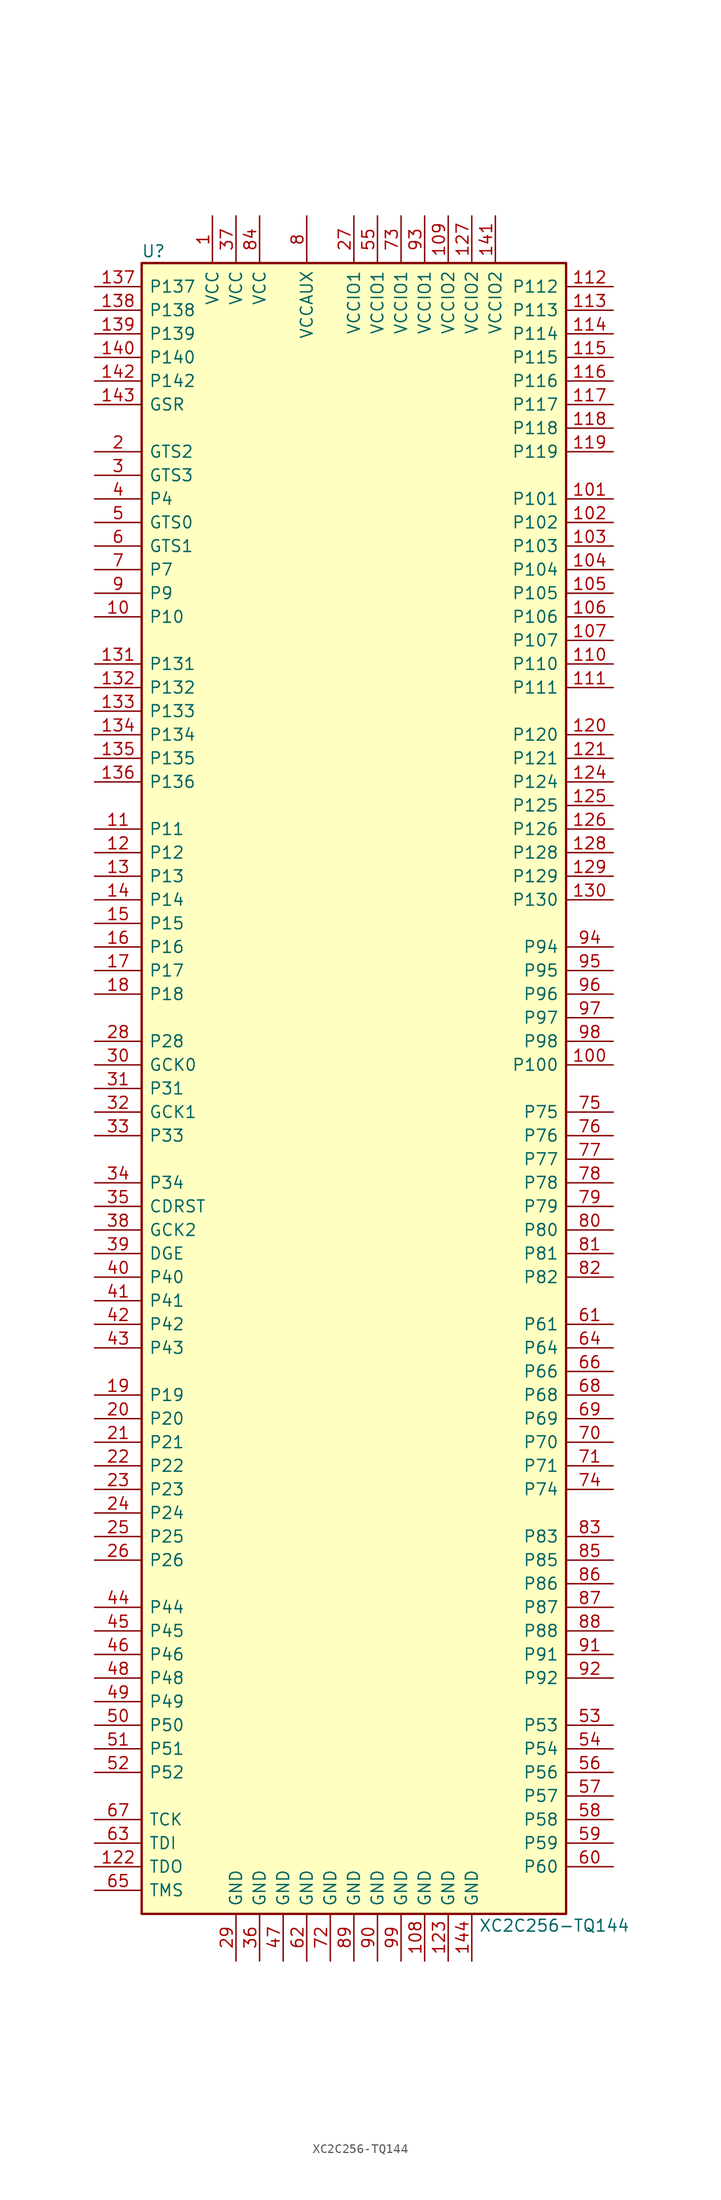
<source format=kicad_sym>
(kicad_symbol_lib
  (version 20201005)
  (generator kicad_symbol_editor)
  (symbol "FPGA_Xilinx:XC2C256-TQ144"
    (pin_names
      (offset 0.762))
    (property "Reference" "U"
      (at -21.59 90.17 0)
      (effects (font (size 1.27 1.27))))
    (property "Value" "XC2C256-TQ144"
      (at 21.59 -90.17 0)
      (effects (font (size 1.27 1.27))))
    (symbol "XC2C256-TQ144_0_1"
      (rectangle (start -22.86 -88.9) (end 22.86 88.9) (stroke (width 0.254)) (fill (type background))))
    (symbol "XC2C256-TQ144_1_1"
      (pin power_in line (at -15.24 93.98 270) (length 5.08) (name "VCC" (effects (font (size 1.27 1.27)))) (number "1" (effects (font (size 1.27 1.27)))))
      (pin bidirectional line (at -27.94 50.8 0) (length 5.08) (name "P10" (effects (font (size 1.27 1.27)))) (number "10" (effects (font (size 1.27 1.27)))))
      (pin bidirectional line (at 27.94 2.54 180) (length 5.08) (name "P100" (effects (font (size 1.27 1.27)))) (number "100" (effects (font (size 1.27 1.27)))))
      (pin bidirectional line (at 27.94 63.5 180) (length 5.08) (name "P101" (effects (font (size 1.27 1.27)))) (number "101" (effects (font (size 1.27 1.27)))))
      (pin bidirectional line (at 27.94 60.96 180) (length 5.08) (name "P102" (effects (font (size 1.27 1.27)))) (number "102" (effects (font (size 1.27 1.27)))))
      (pin bidirectional line (at 27.94 58.42 180) (length 5.08) (name "P103" (effects (font (size 1.27 1.27)))) (number "103" (effects (font (size 1.27 1.27)))))
      (pin bidirectional line (at 27.94 55.88 180) (length 5.08) (name "P104" (effects (font (size 1.27 1.27)))) (number "104" (effects (font (size 1.27 1.27)))))
      (pin bidirectional line (at 27.94 53.34 180) (length 5.08) (name "P105" (effects (font (size 1.27 1.27)))) (number "105" (effects (font (size 1.27 1.27)))))
      (pin bidirectional line (at 27.94 50.8 180) (length 5.08) (name "P106" (effects (font (size 1.27 1.27)))) (number "106" (effects (font (size 1.27 1.27)))))
      (pin bidirectional line (at 27.94 48.26 180) (length 5.08) (name "P107" (effects (font (size 1.27 1.27)))) (number "107" (effects (font (size 1.27 1.27)))))
      (pin power_in line (at 7.62 -93.98 90) (length 5.08) (name "GND" (effects (font (size 1.27 1.27)))) (number "108" (effects (font (size 1.27 1.27)))))
      (pin power_in line (at 10.16 93.98 270) (length 5.08) (name "VCCIO2" (effects (font (size 1.27 1.27)))) (number "109" (effects (font (size 1.27 1.27)))))
      (pin bidirectional line (at -27.94 27.94 0) (length 5.08) (name "P11" (effects (font (size 1.27 1.27)))) (number "11" (effects (font (size 1.27 1.27)))))
      (pin bidirectional line (at 27.94 45.72 180) (length 5.08) (name "P110" (effects (font (size 1.27 1.27)))) (number "110" (effects (font (size 1.27 1.27)))))
      (pin bidirectional line (at 27.94 43.18 180) (length 5.08) (name "P111" (effects (font (size 1.27 1.27)))) (number "111" (effects (font (size 1.27 1.27)))))
      (pin bidirectional line (at 27.94 86.36 180) (length 5.08) (name "P112" (effects (font (size 1.27 1.27)))) (number "112" (effects (font (size 1.27 1.27)))))
      (pin bidirectional line (at 27.94 83.82 180) (length 5.08) (name "P113" (effects (font (size 1.27 1.27)))) (number "113" (effects (font (size 1.27 1.27)))))
      (pin bidirectional line (at 27.94 81.28 180) (length 5.08) (name "P114" (effects (font (size 1.27 1.27)))) (number "114" (effects (font (size 1.27 1.27)))))
      (pin bidirectional line (at 27.94 78.74 180) (length 5.08) (name "P115" (effects (font (size 1.27 1.27)))) (number "115" (effects (font (size 1.27 1.27)))))
      (pin bidirectional line (at 27.94 76.2 180) (length 5.08) (name "P116" (effects (font (size 1.27 1.27)))) (number "116" (effects (font (size 1.27 1.27)))))
      (pin bidirectional line (at 27.94 73.66 180) (length 5.08) (name "P117" (effects (font (size 1.27 1.27)))) (number "117" (effects (font (size 1.27 1.27)))))
      (pin bidirectional line (at 27.94 71.12 180) (length 5.08) (name "P118" (effects (font (size 1.27 1.27)))) (number "118" (effects (font (size 1.27 1.27)))))
      (pin bidirectional line (at 27.94 68.58 180) (length 5.08) (name "P119" (effects (font (size 1.27 1.27)))) (number "119" (effects (font (size 1.27 1.27)))))
      (pin bidirectional line (at -27.94 25.4 0) (length 5.08) (name "P12" (effects (font (size 1.27 1.27)))) (number "12" (effects (font (size 1.27 1.27)))))
      (pin bidirectional line (at 27.94 38.1 180) (length 5.08) (name "P120" (effects (font (size 1.27 1.27)))) (number "120" (effects (font (size 1.27 1.27)))))
      (pin bidirectional line (at 27.94 35.56 180) (length 5.08) (name "P121" (effects (font (size 1.27 1.27)))) (number "121" (effects (font (size 1.27 1.27)))))
      (pin bidirectional line (at -27.94 -83.82 0) (length 5.08) (name "TDO" (effects (font (size 1.27 1.27)))) (number "122" (effects (font (size 1.27 1.27)))))
      (pin power_in line (at 10.16 -93.98 90) (length 5.08) (name "GND" (effects (font (size 1.27 1.27)))) (number "123" (effects (font (size 1.27 1.27)))))
      (pin bidirectional line (at 27.94 33.02 180) (length 5.08) (name "P124" (effects (font (size 1.27 1.27)))) (number "124" (effects (font (size 1.27 1.27)))))
      (pin bidirectional line (at 27.94 30.48 180) (length 5.08) (name "P125" (effects (font (size 1.27 1.27)))) (number "125" (effects (font (size 1.27 1.27)))))
      (pin bidirectional line (at 27.94 27.94 180) (length 5.08) (name "P126" (effects (font (size 1.27 1.27)))) (number "126" (effects (font (size 1.27 1.27)))))
      (pin power_in line (at 12.7 93.98 270) (length 5.08) (name "VCCIO2" (effects (font (size 1.27 1.27)))) (number "127" (effects (font (size 1.27 1.27)))))
      (pin bidirectional line (at 27.94 25.4 180) (length 5.08) (name "P128" (effects (font (size 1.27 1.27)))) (number "128" (effects (font (size 1.27 1.27)))))
      (pin bidirectional line (at 27.94 22.86 180) (length 5.08) (name "P129" (effects (font (size 1.27 1.27)))) (number "129" (effects (font (size 1.27 1.27)))))
      (pin bidirectional line (at -27.94 22.86 0) (length 5.08) (name "P13" (effects (font (size 1.27 1.27)))) (number "13" (effects (font (size 1.27 1.27)))))
      (pin bidirectional line (at 27.94 20.32 180) (length 5.08) (name "P130" (effects (font (size 1.27 1.27)))) (number "130" (effects (font (size 1.27 1.27)))))
      (pin bidirectional line (at -27.94 45.72 0) (length 5.08) (name "P131" (effects (font (size 1.27 1.27)))) (number "131" (effects (font (size 1.27 1.27)))))
      (pin bidirectional line (at -27.94 43.18 0) (length 5.08) (name "P132" (effects (font (size 1.27 1.27)))) (number "132" (effects (font (size 1.27 1.27)))))
      (pin bidirectional line (at -27.94 40.64 0) (length 5.08) (name "P133" (effects (font (size 1.27 1.27)))) (number "133" (effects (font (size 1.27 1.27)))))
      (pin bidirectional line (at -27.94 38.1 0) (length 5.08) (name "P134" (effects (font (size 1.27 1.27)))) (number "134" (effects (font (size 1.27 1.27)))))
      (pin bidirectional line (at -27.94 35.56 0) (length 5.08) (name "P135" (effects (font (size 1.27 1.27)))) (number "135" (effects (font (size 1.27 1.27)))))
      (pin bidirectional line (at -27.94 33.02 0) (length 5.08) (name "P136" (effects (font (size 1.27 1.27)))) (number "136" (effects (font (size 1.27 1.27)))))
      (pin bidirectional line (at -27.94 86.36 0) (length 5.08) (name "P137" (effects (font (size 1.27 1.27)))) (number "137" (effects (font (size 1.27 1.27)))))
      (pin bidirectional line (at -27.94 83.82 0) (length 5.08) (name "P138" (effects (font (size 1.27 1.27)))) (number "138" (effects (font (size 1.27 1.27)))))
      (pin bidirectional line (at -27.94 81.28 0) (length 5.08) (name "P139" (effects (font (size 1.27 1.27)))) (number "139" (effects (font (size 1.27 1.27)))))
      (pin bidirectional line (at -27.94 20.32 0) (length 5.08) (name "P14" (effects (font (size 1.27 1.27)))) (number "14" (effects (font (size 1.27 1.27)))))
      (pin bidirectional line (at -27.94 78.74 0) (length 5.08) (name "P140" (effects (font (size 1.27 1.27)))) (number "140" (effects (font (size 1.27 1.27)))))
      (pin power_in line (at 15.24 93.98 270) (length 5.08) (name "VCCIO2" (effects (font (size 1.27 1.27)))) (number "141" (effects (font (size 1.27 1.27)))))
      (pin bidirectional line (at -27.94 76.2 0) (length 5.08) (name "P142" (effects (font (size 1.27 1.27)))) (number "142" (effects (font (size 1.27 1.27)))))
      (pin bidirectional line (at -27.94 73.66 0) (length 5.08) (name "GSR" (effects (font (size 1.27 1.27)))) (number "143" (effects (font (size 1.27 1.27)))))
      (pin power_in line (at 12.7 -93.98 90) (length 5.08) (name "GND" (effects (font (size 1.27 1.27)))) (number "144" (effects (font (size 1.27 1.27)))))
      (pin bidirectional line (at -27.94 17.78 0) (length 5.08) (name "P15" (effects (font (size 1.27 1.27)))) (number "15" (effects (font (size 1.27 1.27)))))
      (pin bidirectional line (at -27.94 15.24 0) (length 5.08) (name "P16" (effects (font (size 1.27 1.27)))) (number "16" (effects (font (size 1.27 1.27)))))
      (pin bidirectional line (at -27.94 12.7 0) (length 5.08) (name "P17" (effects (font (size 1.27 1.27)))) (number "17" (effects (font (size 1.27 1.27)))))
      (pin bidirectional line (at -27.94 10.16 0) (length 5.08) (name "P18" (effects (font (size 1.27 1.27)))) (number "18" (effects (font (size 1.27 1.27)))))
      (pin bidirectional line (at -27.94 -33.02 0) (length 5.08) (name "P19" (effects (font (size 1.27 1.27)))) (number "19" (effects (font (size 1.27 1.27)))))
      (pin bidirectional line (at -27.94 68.58 0) (length 5.08) (name "GTS2" (effects (font (size 1.27 1.27)))) (number "2" (effects (font (size 1.27 1.27)))))
      (pin bidirectional line (at -27.94 -35.56 0) (length 5.08) (name "P20" (effects (font (size 1.27 1.27)))) (number "20" (effects (font (size 1.27 1.27)))))
      (pin bidirectional line (at -27.94 -38.1 0) (length 5.08) (name "P21" (effects (font (size 1.27 1.27)))) (number "21" (effects (font (size 1.27 1.27)))))
      (pin bidirectional line (at -27.94 -40.64 0) (length 5.08) (name "P22" (effects (font (size 1.27 1.27)))) (number "22" (effects (font (size 1.27 1.27)))))
      (pin bidirectional line (at -27.94 -43.18 0) (length 5.08) (name "P23" (effects (font (size 1.27 1.27)))) (number "23" (effects (font (size 1.27 1.27)))))
      (pin bidirectional line (at -27.94 -45.72 0) (length 5.08) (name "P24" (effects (font (size 1.27 1.27)))) (number "24" (effects (font (size 1.27 1.27)))))
      (pin bidirectional line (at -27.94 -48.26 0) (length 5.08) (name "P25" (effects (font (size 1.27 1.27)))) (number "25" (effects (font (size 1.27 1.27)))))
      (pin bidirectional line (at -27.94 -50.8 0) (length 5.08) (name "P26" (effects (font (size 1.27 1.27)))) (number "26" (effects (font (size 1.27 1.27)))))
      (pin power_in line (at 0 93.98 270) (length 5.08) (name "VCCIO1" (effects (font (size 1.27 1.27)))) (number "27" (effects (font (size 1.27 1.27)))))
      (pin bidirectional line (at -27.94 5.08 0) (length 5.08) (name "P28" (effects (font (size 1.27 1.27)))) (number "28" (effects (font (size 1.27 1.27)))))
      (pin power_in line (at -12.7 -93.98 90) (length 5.08) (name "GND" (effects (font (size 1.27 1.27)))) (number "29" (effects (font (size 1.27 1.27)))))
      (pin bidirectional line (at -27.94 66.04 0) (length 5.08) (name "GTS3" (effects (font (size 1.27 1.27)))) (number "3" (effects (font (size 1.27 1.27)))))
      (pin bidirectional line (at -27.94 2.54 0) (length 5.08) (name "GCK0" (effects (font (size 1.27 1.27)))) (number "30" (effects (font (size 1.27 1.27)))))
      (pin bidirectional line (at -27.94 0 0) (length 5.08) (name "P31" (effects (font (size 1.27 1.27)))) (number "31" (effects (font (size 1.27 1.27)))))
      (pin bidirectional line (at -27.94 -2.54 0) (length 5.08) (name "GCK1" (effects (font (size 1.27 1.27)))) (number "32" (effects (font (size 1.27 1.27)))))
      (pin bidirectional line (at -27.94 -5.08 0) (length 5.08) (name "P33" (effects (font (size 1.27 1.27)))) (number "33" (effects (font (size 1.27 1.27)))))
      (pin bidirectional line (at -27.94 -10.16 0) (length 5.08) (name "P34" (effects (font (size 1.27 1.27)))) (number "34" (effects (font (size 1.27 1.27)))))
      (pin bidirectional line (at -27.94 -12.7 0) (length 5.08) (name "CDRST" (effects (font (size 1.27 1.27)))) (number "35" (effects (font (size 1.27 1.27)))))
      (pin power_in line (at -10.16 -93.98 90) (length 5.08) (name "GND" (effects (font (size 1.27 1.27)))) (number "36" (effects (font (size 1.27 1.27)))))
      (pin power_in line (at -12.7 93.98 270) (length 5.08) (name "VCC" (effects (font (size 1.27 1.27)))) (number "37" (effects (font (size 1.27 1.27)))))
      (pin bidirectional line (at -27.94 -15.24 0) (length 5.08) (name "GCK2" (effects (font (size 1.27 1.27)))) (number "38" (effects (font (size 1.27 1.27)))))
      (pin bidirectional line (at -27.94 -17.78 0) (length 5.08) (name "DGE" (effects (font (size 1.27 1.27)))) (number "39" (effects (font (size 1.27 1.27)))))
      (pin bidirectional line (at -27.94 63.5 0) (length 5.08) (name "P4" (effects (font (size 1.27 1.27)))) (number "4" (effects (font (size 1.27 1.27)))))
      (pin bidirectional line (at -27.94 -20.32 0) (length 5.08) (name "P40" (effects (font (size 1.27 1.27)))) (number "40" (effects (font (size 1.27 1.27)))))
      (pin bidirectional line (at -27.94 -22.86 0) (length 5.08) (name "P41" (effects (font (size 1.27 1.27)))) (number "41" (effects (font (size 1.27 1.27)))))
      (pin bidirectional line (at -27.94 -25.4 0) (length 5.08) (name "P42" (effects (font (size 1.27 1.27)))) (number "42" (effects (font (size 1.27 1.27)))))
      (pin bidirectional line (at -27.94 -27.94 0) (length 5.08) (name "P43" (effects (font (size 1.27 1.27)))) (number "43" (effects (font (size 1.27 1.27)))))
      (pin bidirectional line (at -27.94 -55.88 0) (length 5.08) (name "P44" (effects (font (size 1.27 1.27)))) (number "44" (effects (font (size 1.27 1.27)))))
      (pin bidirectional line (at -27.94 -58.42 0) (length 5.08) (name "P45" (effects (font (size 1.27 1.27)))) (number "45" (effects (font (size 1.27 1.27)))))
      (pin bidirectional line (at -27.94 -60.96 0) (length 5.08) (name "P46" (effects (font (size 1.27 1.27)))) (number "46" (effects (font (size 1.27 1.27)))))
      (pin power_in line (at -7.62 -93.98 90) (length 5.08) (name "GND" (effects (font (size 1.27 1.27)))) (number "47" (effects (font (size 1.27 1.27)))))
      (pin bidirectional line (at -27.94 -63.5 0) (length 5.08) (name "P48" (effects (font (size 1.27 1.27)))) (number "48" (effects (font (size 1.27 1.27)))))
      (pin bidirectional line (at -27.94 -66.04 0) (length 5.08) (name "P49" (effects (font (size 1.27 1.27)))) (number "49" (effects (font (size 1.27 1.27)))))
      (pin bidirectional line (at -27.94 60.96 0) (length 5.08) (name "GTS0" (effects (font (size 1.27 1.27)))) (number "5" (effects (font (size 1.27 1.27)))))
      (pin bidirectional line (at -27.94 -68.58 0) (length 5.08) (name "P50" (effects (font (size 1.27 1.27)))) (number "50" (effects (font (size 1.27 1.27)))))
      (pin bidirectional line (at -27.94 -71.12 0) (length 5.08) (name "P51" (effects (font (size 1.27 1.27)))) (number "51" (effects (font (size 1.27 1.27)))))
      (pin bidirectional line (at -27.94 -73.66 0) (length 5.08) (name "P52" (effects (font (size 1.27 1.27)))) (number "52" (effects (font (size 1.27 1.27)))))
      (pin bidirectional line (at 27.94 -68.58 180) (length 5.08) (name "P53" (effects (font (size 1.27 1.27)))) (number "53" (effects (font (size 1.27 1.27)))))
      (pin bidirectional line (at 27.94 -71.12 180) (length 5.08) (name "P54" (effects (font (size 1.27 1.27)))) (number "54" (effects (font (size 1.27 1.27)))))
      (pin power_in line (at 2.54 93.98 270) (length 5.08) (name "VCCIO1" (effects (font (size 1.27 1.27)))) (number "55" (effects (font (size 1.27 1.27)))))
      (pin bidirectional line (at 27.94 -73.66 180) (length 5.08) (name "P56" (effects (font (size 1.27 1.27)))) (number "56" (effects (font (size 1.27 1.27)))))
      (pin bidirectional line (at 27.94 -76.2 180) (length 5.08) (name "P57" (effects (font (size 1.27 1.27)))) (number "57" (effects (font (size 1.27 1.27)))))
      (pin bidirectional line (at 27.94 -78.74 180) (length 5.08) (name "P58" (effects (font (size 1.27 1.27)))) (number "58" (effects (font (size 1.27 1.27)))))
      (pin bidirectional line (at 27.94 -81.28 180) (length 5.08) (name "P59" (effects (font (size 1.27 1.27)))) (number "59" (effects (font (size 1.27 1.27)))))
      (pin bidirectional line (at -27.94 58.42 0) (length 5.08) (name "GTS1" (effects (font (size 1.27 1.27)))) (number "6" (effects (font (size 1.27 1.27)))))
      (pin bidirectional line (at 27.94 -83.82 180) (length 5.08) (name "P60" (effects (font (size 1.27 1.27)))) (number "60" (effects (font (size 1.27 1.27)))))
      (pin bidirectional line (at 27.94 -25.4 180) (length 5.08) (name "P61" (effects (font (size 1.27 1.27)))) (number "61" (effects (font (size 1.27 1.27)))))
      (pin power_in line (at -5.08 -93.98 90) (length 5.08) (name "GND" (effects (font (size 1.27 1.27)))) (number "62" (effects (font (size 1.27 1.27)))))
      (pin bidirectional line (at -27.94 -81.28 0) (length 5.08) (name "TDI" (effects (font (size 1.27 1.27)))) (number "63" (effects (font (size 1.27 1.27)))))
      (pin bidirectional line (at 27.94 -27.94 180) (length 5.08) (name "P64" (effects (font (size 1.27 1.27)))) (number "64" (effects (font (size 1.27 1.27)))))
      (pin bidirectional line (at -27.94 -86.36 0) (length 5.08) (name "TMS" (effects (font (size 1.27 1.27)))) (number "65" (effects (font (size 1.27 1.27)))))
      (pin bidirectional line (at 27.94 -30.48 180) (length 5.08) (name "P66" (effects (font (size 1.27 1.27)))) (number "66" (effects (font (size 1.27 1.27)))))
      (pin bidirectional line (at -27.94 -78.74 0) (length 5.08) (name "TCK" (effects (font (size 1.27 1.27)))) (number "67" (effects (font (size 1.27 1.27)))))
      (pin bidirectional line (at 27.94 -33.02 180) (length 5.08) (name "P68" (effects (font (size 1.27 1.27)))) (number "68" (effects (font (size 1.27 1.27)))))
      (pin bidirectional line (at 27.94 -35.56 180) (length 5.08) (name "P69" (effects (font (size 1.27 1.27)))) (number "69" (effects (font (size 1.27 1.27)))))
      (pin bidirectional line (at -27.94 55.88 0) (length 5.08) (name "P7" (effects (font (size 1.27 1.27)))) (number "7" (effects (font (size 1.27 1.27)))))
      (pin bidirectional line (at 27.94 -38.1 180) (length 5.08) (name "P70" (effects (font (size 1.27 1.27)))) (number "70" (effects (font (size 1.27 1.27)))))
      (pin bidirectional line (at 27.94 -40.64 180) (length 5.08) (name "P71" (effects (font (size 1.27 1.27)))) (number "71" (effects (font (size 1.27 1.27)))))
      (pin power_in line (at -2.54 -93.98 90) (length 5.08) (name "GND" (effects (font (size 1.27 1.27)))) (number "72" (effects (font (size 1.27 1.27)))))
      (pin power_in line (at 5.08 93.98 270) (length 5.08) (name "VCCIO1" (effects (font (size 1.27 1.27)))) (number "73" (effects (font (size 1.27 1.27)))))
      (pin bidirectional line (at 27.94 -43.18 180) (length 5.08) (name "P74" (effects (font (size 1.27 1.27)))) (number "74" (effects (font (size 1.27 1.27)))))
      (pin bidirectional line (at 27.94 -2.54 180) (length 5.08) (name "P75" (effects (font (size 1.27 1.27)))) (number "75" (effects (font (size 1.27 1.27)))))
      (pin bidirectional line (at 27.94 -5.08 180) (length 5.08) (name "P76" (effects (font (size 1.27 1.27)))) (number "76" (effects (font (size 1.27 1.27)))))
      (pin bidirectional line (at 27.94 -7.62 180) (length 5.08) (name "P77" (effects (font (size 1.27 1.27)))) (number "77" (effects (font (size 1.27 1.27)))))
      (pin bidirectional line (at 27.94 -10.16 180) (length 5.08) (name "P78" (effects (font (size 1.27 1.27)))) (number "78" (effects (font (size 1.27 1.27)))))
      (pin bidirectional line (at 27.94 -12.7 180) (length 5.08) (name "P79" (effects (font (size 1.27 1.27)))) (number "79" (effects (font (size 1.27 1.27)))))
      (pin power_in line (at -5.08 93.98 270) (length 5.08) (name "VCCAUX" (effects (font (size 1.27 1.27)))) (number "8" (effects (font (size 1.27 1.27)))))
      (pin bidirectional line (at 27.94 -15.24 180) (length 5.08) (name "P80" (effects (font (size 1.27 1.27)))) (number "80" (effects (font (size 1.27 1.27)))))
      (pin bidirectional line (at 27.94 -17.78 180) (length 5.08) (name "P81" (effects (font (size 1.27 1.27)))) (number "81" (effects (font (size 1.27 1.27)))))
      (pin bidirectional line (at 27.94 -20.32 180) (length 5.08) (name "P82" (effects (font (size 1.27 1.27)))) (number "82" (effects (font (size 1.27 1.27)))))
      (pin bidirectional line (at 27.94 -48.26 180) (length 5.08) (name "P83" (effects (font (size 1.27 1.27)))) (number "83" (effects (font (size 1.27 1.27)))))
      (pin power_in line (at -10.16 93.98 270) (length 5.08) (name "VCC" (effects (font (size 1.27 1.27)))) (number "84" (effects (font (size 1.27 1.27)))))
      (pin bidirectional line (at 27.94 -50.8 180) (length 5.08) (name "P85" (effects (font (size 1.27 1.27)))) (number "85" (effects (font (size 1.27 1.27)))))
      (pin bidirectional line (at 27.94 -53.34 180) (length 5.08) (name "P86" (effects (font (size 1.27 1.27)))) (number "86" (effects (font (size 1.27 1.27)))))
      (pin bidirectional line (at 27.94 -55.88 180) (length 5.08) (name "P87" (effects (font (size 1.27 1.27)))) (number "87" (effects (font (size 1.27 1.27)))))
      (pin bidirectional line (at 27.94 -58.42 180) (length 5.08) (name "P88" (effects (font (size 1.27 1.27)))) (number "88" (effects (font (size 1.27 1.27)))))
      (pin power_in line (at 0 -93.98 90) (length 5.08) (name "GND" (effects (font (size 1.27 1.27)))) (number "89" (effects (font (size 1.27 1.27)))))
      (pin bidirectional line (at -27.94 53.34 0) (length 5.08) (name "P9" (effects (font (size 1.27 1.27)))) (number "9" (effects (font (size 1.27 1.27)))))
      (pin power_in line (at 2.54 -93.98 90) (length 5.08) (name "GND" (effects (font (size 1.27 1.27)))) (number "90" (effects (font (size 1.27 1.27)))))
      (pin bidirectional line (at 27.94 -60.96 180) (length 5.08) (name "P91" (effects (font (size 1.27 1.27)))) (number "91" (effects (font (size 1.27 1.27)))))
      (pin bidirectional line (at 27.94 -63.5 180) (length 5.08) (name "P92" (effects (font (size 1.27 1.27)))) (number "92" (effects (font (size 1.27 1.27)))))
      (pin power_in line (at 7.62 93.98 270) (length 5.08) (name "VCCIO1" (effects (font (size 1.27 1.27)))) (number "93" (effects (font (size 1.27 1.27)))))
      (pin bidirectional line (at 27.94 15.24 180) (length 5.08) (name "P94" (effects (font (size 1.27 1.27)))) (number "94" (effects (font (size 1.27 1.27)))))
      (pin bidirectional line (at 27.94 12.7 180) (length 5.08) (name "P95" (effects (font (size 1.27 1.27)))) (number "95" (effects (font (size 1.27 1.27)))))
      (pin bidirectional line (at 27.94 10.16 180) (length 5.08) (name "P96" (effects (font (size 1.27 1.27)))) (number "96" (effects (font (size 1.27 1.27)))))
      (pin bidirectional line (at 27.94 7.62 180) (length 5.08) (name "P97" (effects (font (size 1.27 1.27)))) (number "97" (effects (font (size 1.27 1.27)))))
      (pin bidirectional line (at 27.94 5.08 180) (length 5.08) (name "P98" (effects (font (size 1.27 1.27)))) (number "98" (effects (font (size 1.27 1.27)))))
      (pin power_in line (at 5.08 -93.98 90) (length 5.08) (name "GND" (effects (font (size 1.27 1.27)))) (number "99" (effects (font (size 1.27 1.27))))))))
</source>
